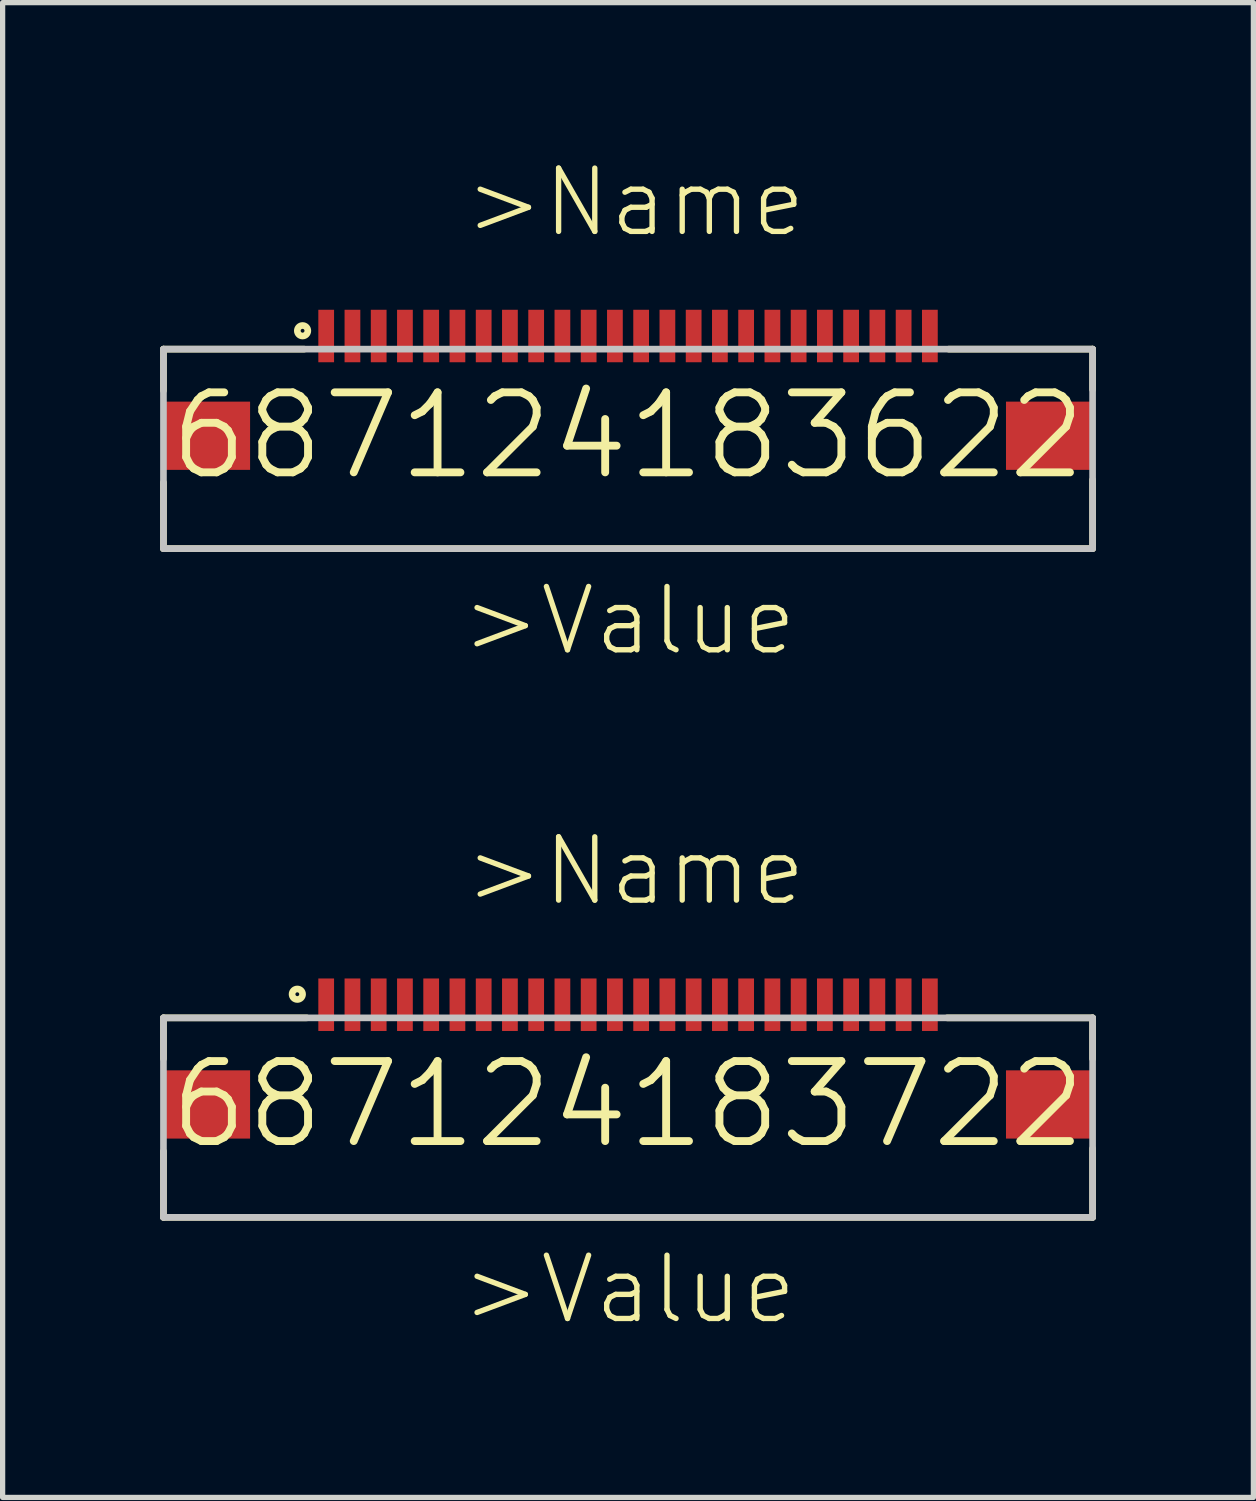
<source format=kicad_pcb>
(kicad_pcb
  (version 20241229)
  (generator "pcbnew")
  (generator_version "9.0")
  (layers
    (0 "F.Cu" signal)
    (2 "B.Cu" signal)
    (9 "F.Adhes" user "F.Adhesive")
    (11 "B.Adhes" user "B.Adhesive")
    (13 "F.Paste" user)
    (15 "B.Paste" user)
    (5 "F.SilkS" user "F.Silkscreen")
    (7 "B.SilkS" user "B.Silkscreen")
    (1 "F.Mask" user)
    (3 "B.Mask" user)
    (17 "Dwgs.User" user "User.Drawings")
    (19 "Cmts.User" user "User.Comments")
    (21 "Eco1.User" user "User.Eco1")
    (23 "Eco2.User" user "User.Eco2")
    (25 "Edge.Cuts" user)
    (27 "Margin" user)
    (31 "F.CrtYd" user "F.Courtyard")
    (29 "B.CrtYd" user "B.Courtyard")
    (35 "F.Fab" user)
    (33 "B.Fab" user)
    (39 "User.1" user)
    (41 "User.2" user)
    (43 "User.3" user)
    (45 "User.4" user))
  (footprint "687124183622"
    (layer "F.Cu")
    (at 8.914 5.251)
    (property "Reference" "687124183622" (at 0 0 0) (layer "F.SilkS") (effects (font (size 1.524 1.524) (thickness 0.15))))
    (attr through_hole)
    (fp_line (start -8.85 -1.65) (end -8.85 -0.86) (stroke (width 0.127) (type solid)) (layer "F.SilkS"))
    (fp_line (start -8.85 0.89) (end -8.85 2.15) (stroke (width 0.127) (type solid)) (layer "F.SilkS"))
    (fp_line (start -8.85 2.15) (end 8.85 2.15) (stroke (width 0.127) (type solid)) (layer "F.SilkS"))
    (fp_line (start -6.17 -1.65) (end -8.85 -1.65) (stroke (width 0.127) (type solid)) (layer "F.SilkS"))
    (fp_line (start 6.11 -1.65) (end 8.85 -1.65) (stroke (width 0.127) (type solid)) (layer "F.SilkS"))
    (fp_line (start 8.85 -1.65) (end 8.85 -0.88) (stroke (width 0.127) (type solid)) (layer "F.SilkS"))
    (fp_line (start 8.85 2.15) (end 8.85 0.84) (stroke (width 0.127) (type solid)) (layer "F.SilkS"))
    (fp_circle (center -6.2 -2) (end -6.1 -2) (stroke (width 0.127) (type solid)) (fill no) (layer "F.SilkS"))
    (fp_line (start -8.85 -1.65) (end 8.85 -1.65) (stroke (width 0.127) (type solid)) (layer "Dwgs.User"))
    (fp_line (start -8.85 2.15) (end -8.85 -1.65) (stroke (width 0.127) (type solid)) (layer "Dwgs.User"))
    (fp_line (start 8.85 -1.65) (end 8.85 2.15) (stroke (width 0.127) (type solid)) (layer "Dwgs.User"))
    (fp_line (start 8.85 2.15) (end -8.85 2.15) (stroke (width 0.127) (type solid)) (layer "Dwgs.User"))
    (fp_text user ">Value" (at -3.23 4.23 0) (layer "F.SilkS") (effects (font (size 1.206 1.206) (thickness 0.102)) (justify left bottom)))
    (fp_text user ">Name" (at -3.17 -3.74 0) (layer "F.SilkS") (effects (font (size 1.206 1.206) (thickness 0.102)) (justify left bottom)))
    (pad "1" smd rect (at -5.75 -1.9 90) (size 1 0.3) (layers "F.Cu" "F.Mask" "F.Paste"))
    (pad "2" smd rect (at -5.25 -1.9 90) (size 1 0.3) (layers "F.Cu" "F.Mask" "F.Paste"))
    (pad "3" smd rect (at -4.75 -1.9 90) (size 1 0.3) (layers "F.Cu" "F.Mask" "F.Paste"))
    (pad "4" smd rect (at -4.25 -1.9 90) (size 1 0.3) (layers "F.Cu" "F.Mask" "F.Paste"))
    (pad "5" smd rect (at -3.75 -1.9 90) (size 1 0.3) (layers "F.Cu" "F.Mask" "F.Paste"))
    (pad "6" smd rect (at -3.25 -1.9 90) (size 1 0.3) (layers "F.Cu" "F.Mask" "F.Paste"))
    (pad "7" smd rect (at -2.75 -1.9 90) (size 1 0.3) (layers "F.Cu" "F.Mask" "F.Paste"))
    (pad "8" smd rect (at -2.25 -1.9 90) (size 1 0.3) (layers "F.Cu" "F.Mask" "F.Paste"))
    (pad "9" smd rect (at -1.75 -1.9 90) (size 1 0.3) (layers "F.Cu" "F.Mask" "F.Paste"))
    (pad "10" smd rect (at -1.25 -1.9 90) (size 1 0.3) (layers "F.Cu" "F.Mask" "F.Paste"))
    (pad "11" smd rect (at -0.75 -1.9 90) (size 1 0.3) (layers "F.Cu" "F.Mask" "F.Paste"))
    (pad "12" smd rect (at -0.25 -1.9 90) (size 1 0.3) (layers "F.Cu" "F.Mask" "F.Paste"))
    (pad "13" smd rect (at 0.25 -1.9 90) (size 1 0.3) (layers "F.Cu" "F.Mask" "F.Paste"))
    (pad "14" smd rect (at 0.75 -1.9 90) (size 1 0.3) (layers "F.Cu" "F.Mask" "F.Paste"))
    (pad "15" smd rect (at 1.25 -1.9 90) (size 1 0.3) (layers "F.Cu" "F.Mask" "F.Paste"))
    (pad "16" smd rect (at 1.75 -1.9 90) (size 1 0.3) (layers "F.Cu" "F.Mask" "F.Paste"))
    (pad "17" smd rect (at 2.25 -1.9 90) (size 1 0.3) (layers "F.Cu" "F.Mask" "F.Paste"))
    (pad "18" smd rect (at 2.75 -1.9 90) (size 1 0.3) (layers "F.Cu" "F.Mask" "F.Paste"))
    (pad "19" smd rect (at 3.25 -1.9 90) (size 1 0.3) (layers "F.Cu" "F.Mask" "F.Paste"))
    (pad "20" smd rect (at 3.75 -1.9 90) (size 1 0.3) (layers "F.Cu" "F.Mask" "F.Paste"))
    (pad "21" smd rect (at 4.25 -1.9 90) (size 1 0.3) (layers "F.Cu" "F.Mask" "F.Paste"))
    (pad "22" smd rect (at 4.75 -1.9 90) (size 1 0.3) (layers "F.Cu" "F.Mask" "F.Paste"))
    (pad "23" smd rect (at 5.25 -1.9 90) (size 1 0.3) (layers "F.Cu" "F.Mask" "F.Paste"))
    (pad "24" smd rect (at 5.75 -1.9 90) (size 1 0.3) (layers "F.Cu" "F.Mask" "F.Paste"))
    (pad "Z1" smd rect (at -8.025 0) (size 1.65 1.3) (layers "F.Cu" "F.Mask" "F.Paste"))
    (pad "Z2" smd rect (at 8.025 0) (size 1.65 1.3) (layers "F.Cu" "F.Mask" "F.Paste")))
  (footprint "687124183722"
    (layer "F.Cu")
    (at 8.914 17.99)
    (property "Reference" "687124183722" (at 0 0 0) (layer "F.SilkS") (effects (font (size 1.524 1.524) (thickness 0.15))))
    (attr through_hole)
    (fp_line (start -8.85 -1.65) (end -8.85 -0.87) (stroke (width 0.127) (type solid)) (layer "F.SilkS"))
    (fp_line (start -8.85 0.89) (end -8.85 2.15) (stroke (width 0.127) (type solid)) (layer "F.SilkS"))
    (fp_line (start -8.85 2.15) (end 8.85 2.15) (stroke (width 0.127) (type solid)) (layer "F.SilkS"))
    (fp_line (start -6.12 -1.65) (end -8.85 -1.65) (stroke (width 0.127) (type solid)) (layer "F.SilkS"))
    (fp_line (start 6.08 -1.65) (end 8.85 -1.65) (stroke (width 0.127) (type solid)) (layer "F.SilkS"))
    (fp_line (start 8.85 -1.65) (end 8.85 -0.87) (stroke (width 0.127) (type solid)) (layer "F.SilkS"))
    (fp_line (start 8.85 2.15) (end 8.85 0.84) (stroke (width 0.127) (type solid)) (layer "F.SilkS"))
    (fp_circle (center -6.3 -2.1) (end -6.2 -2.1) (stroke (width 0.127) (type solid)) (fill no) (layer "F.SilkS"))
    (fp_line (start -8.85 -1.65) (end 8.85 -1.65) (stroke (width 0.127) (type solid)) (layer "Dwgs.User"))
    (fp_line (start -8.85 2.15) (end -8.85 -1.65) (stroke (width 0.127) (type solid)) (layer "Dwgs.User"))
    (fp_line (start 8.85 -1.65) (end 8.85 2.15) (stroke (width 0.127) (type solid)) (layer "Dwgs.User"))
    (fp_line (start 8.85 2.15) (end -8.85 2.15) (stroke (width 0.127) (type solid)) (layer "Dwgs.User"))
    (fp_text user ">Value" (at -3.23 4.23 0) (layer "F.SilkS") (effects (font (size 1.206 1.206) (thickness 0.102)) (justify left bottom)))
    (fp_text user ">Name" (at -3.17 -3.74 0) (layer "F.SilkS") (effects (font (size 1.206 1.206) (thickness 0.102)) (justify left bottom)))
    (pad "1" smd rect (at -5.75 -1.9 90) (size 1 0.3) (layers "F.Cu" "F.Mask" "F.Paste"))
    (pad "2" smd rect (at -5.25 -1.9 90) (size 1 0.3) (layers "F.Cu" "F.Mask" "F.Paste"))
    (pad "3" smd rect (at -4.75 -1.9 90) (size 1 0.3) (layers "F.Cu" "F.Mask" "F.Paste"))
    (pad "4" smd rect (at -4.25 -1.9 90) (size 1 0.3) (layers "F.Cu" "F.Mask" "F.Paste"))
    (pad "5" smd rect (at -3.75 -1.9 90) (size 1 0.3) (layers "F.Cu" "F.Mask" "F.Paste"))
    (pad "6" smd rect (at -3.25 -1.9 90) (size 1 0.3) (layers "F.Cu" "F.Mask" "F.Paste"))
    (pad "7" smd rect (at -2.75 -1.9 90) (size 1 0.3) (layers "F.Cu" "F.Mask" "F.Paste"))
    (pad "8" smd rect (at -2.25 -1.9 90) (size 1 0.3) (layers "F.Cu" "F.Mask" "F.Paste"))
    (pad "9" smd rect (at -1.75 -1.9 90) (size 1 0.3) (layers "F.Cu" "F.Mask" "F.Paste"))
    (pad "10" smd rect (at -1.25 -1.9 90) (size 1 0.3) (layers "F.Cu" "F.Mask" "F.Paste"))
    (pad "11" smd rect (at -0.75 -1.9 90) (size 1 0.3) (layers "F.Cu" "F.Mask" "F.Paste"))
    (pad "12" smd rect (at -0.25 -1.9 90) (size 1 0.3) (layers "F.Cu" "F.Mask" "F.Paste"))
    (pad "13" smd rect (at 0.25 -1.9 90) (size 1 0.3) (layers "F.Cu" "F.Mask" "F.Paste"))
    (pad "14" smd rect (at 0.75 -1.9 90) (size 1 0.3) (layers "F.Cu" "F.Mask" "F.Paste"))
    (pad "15" smd rect (at 1.25 -1.9 90) (size 1 0.3) (layers "F.Cu" "F.Mask" "F.Paste"))
    (pad "16" smd rect (at 1.75 -1.9 90) (size 1 0.3) (layers "F.Cu" "F.Mask" "F.Paste"))
    (pad "17" smd rect (at 2.25 -1.9 90) (size 1 0.3) (layers "F.Cu" "F.Mask" "F.Paste"))
    (pad "18" smd rect (at 2.75 -1.9 90) (size 1 0.3) (layers "F.Cu" "F.Mask" "F.Paste"))
    (pad "19" smd rect (at 3.25 -1.9 90) (size 1 0.3) (layers "F.Cu" "F.Mask" "F.Paste"))
    (pad "20" smd rect (at 3.75 -1.9 90) (size 1 0.3) (layers "F.Cu" "F.Mask" "F.Paste"))
    (pad "21" smd rect (at 4.25 -1.9 90) (size 1 0.3) (layers "F.Cu" "F.Mask" "F.Paste"))
    (pad "22" smd rect (at 4.75 -1.9 90) (size 1 0.3) (layers "F.Cu" "F.Mask" "F.Paste"))
    (pad "23" smd rect (at 5.25 -1.9 90) (size 1 0.3) (layers "F.Cu" "F.Mask" "F.Paste"))
    (pad "24" smd rect (at 5.75 -1.9 90) (size 1 0.3) (layers "F.Cu" "F.Mask" "F.Paste"))
    (pad "Z1" smd rect (at -8.025 0) (size 1.65 1.3) (layers "F.Cu" "F.Mask" "F.Paste"))
    (pad "Z2" smd rect (at 8.025 0) (size 1.65 1.3) (layers "F.Cu" "F.Mask" "F.Paste")))
  (gr_rect
    (start -3 -3)
    (end 20.827 25.476)
    (stroke (width 0.1) (type default))
    (fill no)
    (layer "Edge.Cuts")))
</source>
